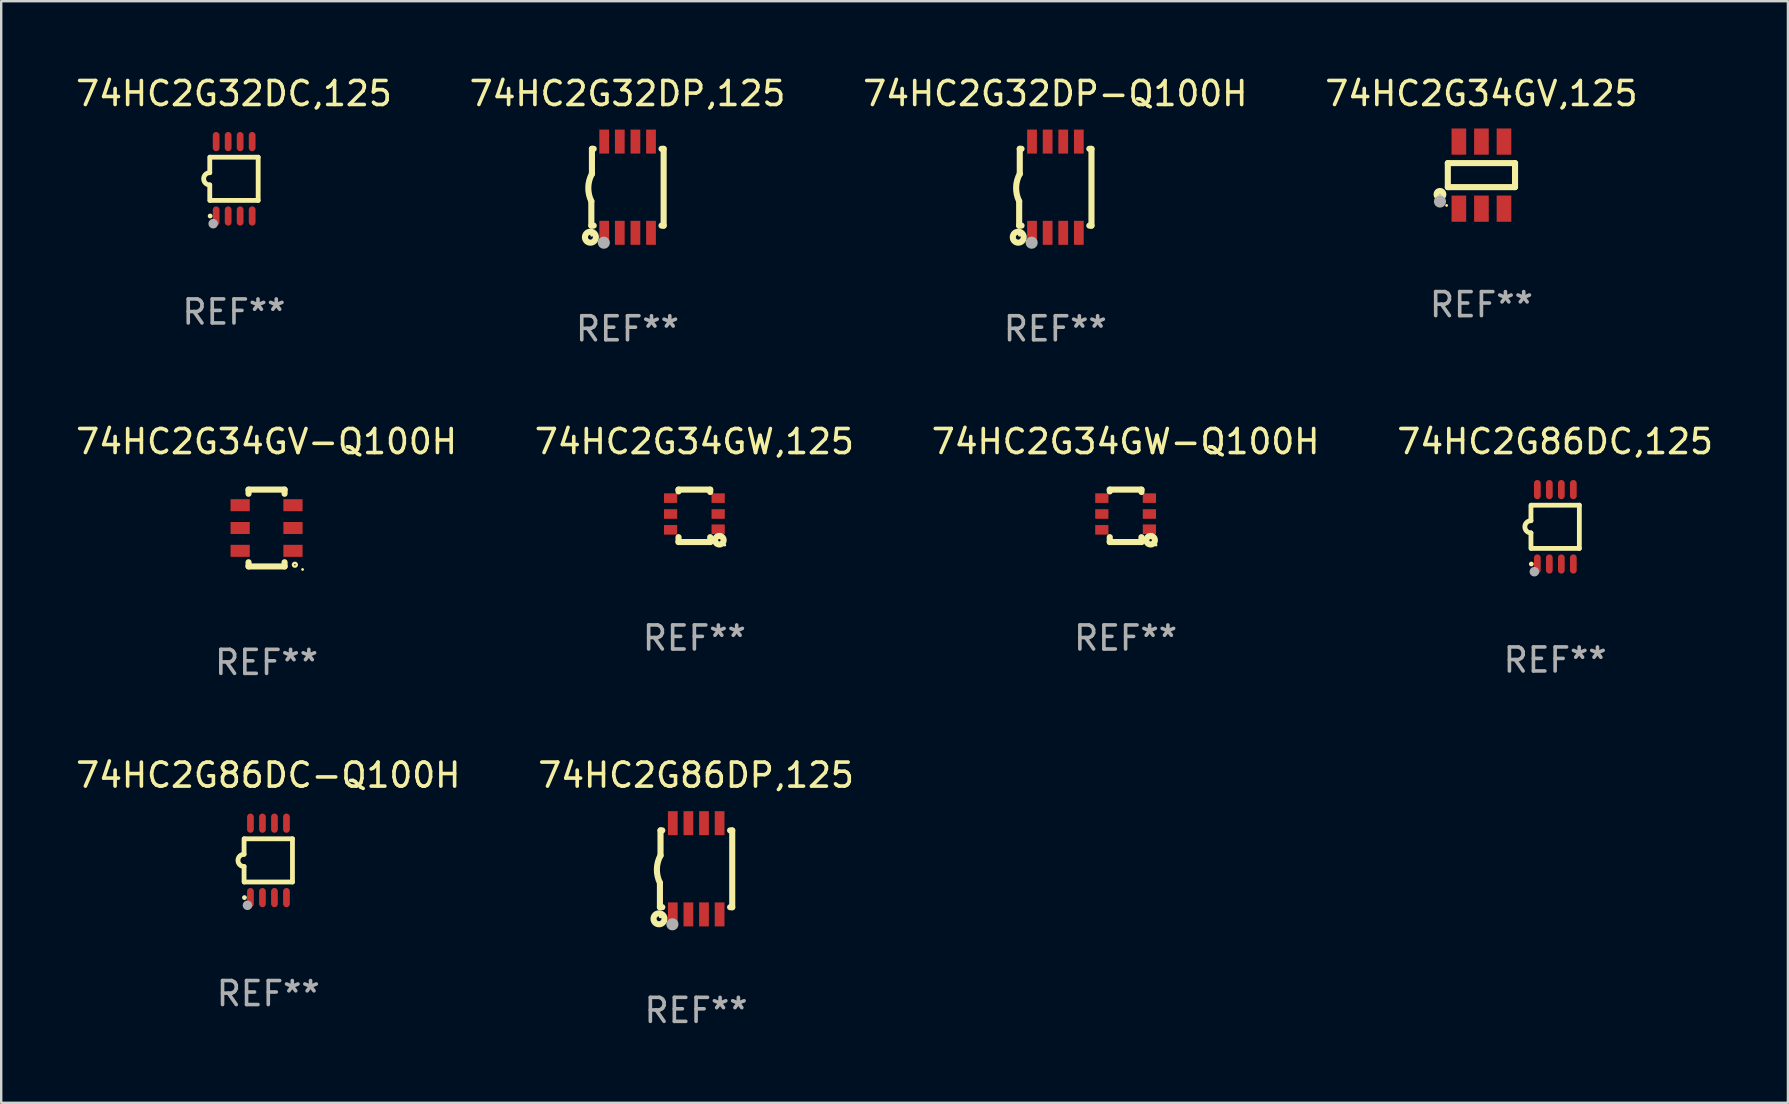
<source format=kicad_pcb>
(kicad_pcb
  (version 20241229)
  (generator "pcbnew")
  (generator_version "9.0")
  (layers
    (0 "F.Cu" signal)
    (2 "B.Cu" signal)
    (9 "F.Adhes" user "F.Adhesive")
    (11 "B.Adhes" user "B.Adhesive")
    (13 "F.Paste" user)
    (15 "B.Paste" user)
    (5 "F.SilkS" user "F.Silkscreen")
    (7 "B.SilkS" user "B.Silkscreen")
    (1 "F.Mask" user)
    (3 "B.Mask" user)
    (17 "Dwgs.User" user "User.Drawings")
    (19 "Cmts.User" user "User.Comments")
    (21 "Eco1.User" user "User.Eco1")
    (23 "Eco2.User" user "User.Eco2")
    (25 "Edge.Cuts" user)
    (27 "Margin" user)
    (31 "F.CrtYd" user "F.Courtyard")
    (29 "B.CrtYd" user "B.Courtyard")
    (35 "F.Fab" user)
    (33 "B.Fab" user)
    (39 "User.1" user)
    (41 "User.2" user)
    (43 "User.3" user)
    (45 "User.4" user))
  (footprint "74HC2G32DP-Q100H"
    (layer "F.Cu")
    (at 40.911 4.748)
    (property "Reference" "74HC2G32DP-Q100H" (at 0 -3.9 0) (layer "F.SilkS") (effects (font (size 1 1) (thickness 0.15))))
    (attr through_hole)
    (fp_line (start -1.506 1.6) (end -1.506 0.584) (stroke (width 0.254) (type solid)) (layer "F.SilkS"))
    (fp_line (start -1.506 1.6) (end -1.407 1.6) (stroke (width 0.254) (type solid)) (layer "F.SilkS"))
    (fp_line (start -1.481 -1.599) (end -1.481 -0.549) (stroke (width 0.254) (type solid)) (layer "F.SilkS"))
    (fp_line (start -1.481 -1.599) (end -1.407 -1.599) (stroke (width 0.254) (type solid)) (layer "F.SilkS"))
    (fp_line (start 1.417 -1.599) (end 1.506 -1.599) (stroke (width 0.254) (type solid)) (layer "F.SilkS"))
    (fp_line (start 1.417 1.6) (end 1.506 1.6) (stroke (width 0.254) (type solid)) (layer "F.SilkS"))
    (fp_line (start 1.506 1.603) (end 1.506 -1.595) (stroke (width 0.254) (type solid)) (layer "F.SilkS"))
    (fp_arc (start -1.506223 0.584328) (mid -1.632455 0.00974) (end -1.480823 -0.558674) (stroke (width 0.254001) (type solid)) (layer "F.SilkS"))
    (fp_circle (center -1.544 2.083) (end -1.443 2.083) (stroke (width 0.254) (type solid)) (fill no) (layer "F.SilkS"))
    (fp_circle (center -1.495 2) (end -1.465 2) (stroke (width 0.06) (type solid)) (fill no) (layer "F.SilkS"))
    (fp_circle (center -0.986 2.312) (end -0.859 2.312) (stroke (width 0.254) (type solid)) (fill no) (layer "F.Fab"))
    (fp_text user "REF**" (at 0 5.9 0) (layer "F.Fab") (effects (font (size 1 1) (thickness 0.15))))
    (pad "1" smd rect (at -0.97 1.9 90) (size 1 0.406) (layers "F.Cu" "F.Mask" "F.Paste"))
    (pad "2" smd rect (at -0.32 1.9 90) (size 1 0.406) (layers "F.Cu" "F.Mask" "F.Paste"))
    (pad "3" smd rect (at 0.33 1.9 90) (size 1 0.406) (layers "F.Cu" "F.Mask" "F.Paste"))
    (pad "4" smd rect (at 0.98 1.9 90) (size 1 0.406) (layers "F.Cu" "F.Mask" "F.Paste"))
    (pad "5" smd rect (at 0.98 -1.9 90) (size 1 0.406) (layers "F.Cu" "F.Mask" "F.Paste"))
    (pad "6" smd rect (at 0.33 -1.9 90) (size 1 0.406) (layers "F.Cu" "F.Mask" "F.Paste"))
    (pad "7" smd rect (at -0.32 -1.9 90) (size 1 0.406) (layers "F.Cu" "F.Mask" "F.Paste"))
    (pad "8" smd rect (at -0.97 -1.9 90) (size 1 0.406) (layers "F.Cu" "F.Mask" "F.Paste")))
  (footprint "74HC2G34GW,125"
    (layer "F.Cu")
    (at 25.875 18.437)
    (property "Reference" "74HC2G34GW,125" (at 0 -3.092 0) (layer "F.SilkS") (effects (font (size 1 1) (thickness 0.15))))
    (attr through_hole)
    (fp_line (start -0.66 -1.092) (end -0.66 -1.016) (stroke (width 0.254) (type solid)) (layer "F.SilkS"))
    (fp_line (start -0.66 1.092) (end -0.66 0.889) (stroke (width 0.254) (type solid)) (layer "F.SilkS"))
    (fp_line (start 0.66 -1.092) (end -0.66 -1.092) (stroke (width 0.254) (type solid)) (layer "F.SilkS"))
    (fp_line (start 0.66 -0.991) (end 0.66 -1.092) (stroke (width 0.254) (type solid)) (layer "F.SilkS"))
    (fp_line (start 0.66 0.889) (end 0.66 1.092) (stroke (width 0.254) (type solid)) (layer "F.SilkS"))
    (fp_line (start 0.66 1.092) (end -0.66 1.092) (stroke (width 0.254) (type solid)) (layer "F.SilkS"))
    (fp_circle (center 1.041 1.016) (end 1.092 1.016) (stroke (width 0.254) (type solid)) (fill no) (layer "F.SilkS"))
    (fp_circle (center 1.266 1.219) (end 1.296 1.219) (stroke (width 0.06) (type solid)) (fill no) (layer "F.SilkS"))
    (fp_text user "REF**" (at 0 5.092 0) (layer "F.Fab") (effects (font (size 1 1) (thickness 0.15))))
    (pad "1" smd rect (at 0.991 0.559 270) (size 0.399 0.551) (layers "F.Cu" "F.Mask" "F.Paste"))
    (pad "2" smd rect (at 0.991 -0.076 270) (size 0.399 0.551) (layers "F.Cu" "F.Mask" "F.Paste"))
    (pad "3" smd rect (at 0.991 -0.737 270) (size 0.399 0.551) (layers "F.Cu" "F.Mask" "F.Paste"))
    (pad "4" smd rect (at -0.991 -0.737 270) (size 0.399 0.551) (layers "F.Cu" "F.Mask" "F.Paste"))
    (pad "5" smd rect (at -0.991 -0.076 270) (size 0.399 0.551) (layers "F.Cu" "F.Mask" "F.Paste"))
    (pad "6" smd rect (at -0.991 0.584 270) (size 0.399 0.551) (layers "F.Cu" "F.Mask" "F.Paste")))
  (footprint "74HC2G34GV,125"
    (layer "F.Cu")
    (at 58.661 4.245)
    (property "Reference" "74HC2G34GV,125" (at 0 -3.397 0) (layer "F.SilkS") (effects (font (size 1 1) (thickness 0.15))))
    (attr through_hole)
    (fp_line (start -1.4 -0.501) (end -1.4 0.5) (stroke (width 0.254) (type solid)) (layer "F.SilkS"))
    (fp_line (start -1.4 0.5) (end 1.4 0.5) (stroke (width 0.254) (type solid)) (layer "F.SilkS"))
    (fp_line (start 1.4 -0.501) (end -1.4 -0.501) (stroke (width 0.254) (type solid)) (layer "F.SilkS"))
    (fp_line (start 1.4 0.5) (end 1.4 -0.501) (stroke (width 0.254) (type solid)) (layer "F.SilkS"))
    (fp_circle (center -1.727 0.8) (end -1.585 0.8) (stroke (width 0.254) (type solid)) (fill no) (layer "F.SilkS"))
    (fp_circle (center -1.45 1.263) (end -1.42 1.263) (stroke (width 0.06) (type solid)) (fill no) (layer "F.SilkS"))
    (fp_circle (center -1.727 1.1) (end -1.6 1.1) (stroke (width 0.254) (type solid)) (fill no) (layer "F.Fab"))
    (fp_text user "REF**" (at 0 5.397 0) (layer "F.Fab") (effects (font (size 1 1) (thickness 0.15))))
    (pad "1" smd rect (at -0.94 1.397 180) (size 0.61 1.092) (layers "F.Cu" "F.Mask" "F.Paste"))
    (pad "2" smd rect (at 0.000127 1.397 180) (size 0.61 1.092) (layers "F.Cu" "F.Mask" "F.Paste"))
    (pad "3" smd rect (at 0.94 1.397 180) (size 0.61 1.092) (layers "F.Cu" "F.Mask" "F.Paste"))
    (pad "4" smd rect (at 0.94 -1.397 180) (size 0.61 1.092) (layers "F.Cu" "F.Mask" "F.Paste"))
    (pad "5" smd rect (at 0.000127 -1.397 180) (size 0.61 1.092) (layers "F.Cu" "F.Mask" "F.Paste"))
    (pad "6" smd rect (at -0.94 -1.397 180) (size 0.61 1.092) (layers "F.Cu" "F.Mask" "F.Paste")))
  (footprint "74HC2G34GV-Q100H"
    (layer "F.Cu")
    (at 8.054 18.945)
    (property "Reference" "74HC2G34GV-Q100H" (at 0 -3.6 0) (layer "F.SilkS") (effects (font (size 1 1) (thickness 0.15))))
    (attr through_hole)
    (fp_line (start -0.75 -1.6) (end -0.75 -1.426) (stroke (width 0.254) (type solid)) (layer "F.SilkS"))
    (fp_line (start -0.75 -1.6) (end 0.75 -1.6) (stroke (width 0.254) (type solid)) (layer "F.SilkS"))
    (fp_line (start -0.75 1.426) (end -0.75 1.6) (stroke (width 0.254) (type solid)) (layer "F.SilkS"))
    (fp_line (start -0.75 1.6) (end 0.75 1.6) (stroke (width 0.254) (type solid)) (layer "F.SilkS"))
    (fp_line (start 0.75 -1.6) (end 0.75 -1.426) (stroke (width 0.254) (type solid)) (layer "F.SilkS"))
    (fp_line (start 0.75 1.426) (end 0.75 1.6) (stroke (width 0.254) (type solid)) (layer "F.SilkS"))
    (fp_circle (center 1.18 1.53) (end 1.26 1.53) (stroke (width 0.1) (type solid)) (fill no) (layer "F.SilkS"))
    (fp_circle (center 1.5 1.727) (end 1.53 1.727) (stroke (width 0.06) (type solid)) (fill no) (layer "F.SilkS"))
    (fp_text user "REF**" (at 0 5.6 0) (layer "F.Fab") (effects (font (size 1 1) (thickness 0.15))))
    (pad "1" smd rect (at 1.1 0.95 90) (size 0.5 0.8) (layers "F.Cu" "F.Mask" "F.Paste"))
    (pad "2" smd rect (at 1.1 0 90) (size 0.5 0.8) (layers "F.Cu" "F.Mask" "F.Paste"))
    (pad "3" smd rect (at 1.1 -0.95 90) (size 0.5 0.8) (layers "F.Cu" "F.Mask" "F.Paste"))
    (pad "4" smd rect (at -1.1 -0.95 90) (size 0.5 0.8) (layers "F.Cu" "F.Mask" "F.Paste"))
    (pad "5" smd rect (at -1.1 0 90) (size 0.5 0.8) (layers "F.Cu" "F.Mask" "F.Paste"))
    (pad "6" smd rect (at -1.1 0.95 90) (size 0.5 0.8) (layers "F.Cu" "F.Mask" "F.Paste")))
  (footprint "74HC2G32DC,125"
    (layer "F.Cu")
    (at 6.696 4.398)
    (property "Reference" "74HC2G32DC,125" (at 0 -3.55 0) (layer "F.SilkS") (effects (font (size 1 1) (thickness 0.15))))
    (attr through_hole)
    (fp_line (start -1.008 -0.254) (end -1.008 -0.9) (stroke (width 0.2) (type solid)) (layer "F.SilkS"))
    (fp_line (start -1.008 0.254) (end -1.008 0.9) (stroke (width 0.2) (type solid)) (layer "F.SilkS"))
    (fp_line (start -0.992 0.9) (end 1.008 0.9) (stroke (width 0.2) (type solid)) (layer "F.SilkS"))
    (fp_line (start 1.008 -0.9) (end -0.992 -0.9) (stroke (width 0.2) (type solid)) (layer "F.SilkS"))
    (fp_line (start 1.008 0.9) (end 1.008 -0.9) (stroke (width 0.2) (type solid)) (layer "F.SilkS"))
    (fp_arc (start -1.008001 0.254001) (mid -1.262002 0) (end -1.008001 -0.254001) (stroke (width 0.2) (type solid)) (layer "F.SilkS"))
    (fp_circle (center -0.992 1.55) (end -0.942 1.55) (stroke (width 0.1) (type solid)) (fill no) (layer "F.SilkS"))
    (fp_circle (center -0.866 1.87) (end -0.766 1.87) (stroke (width 0.2) (type solid)) (fill no) (layer "F.Fab"))
    (fp_text user "REF**" (at 0 5.55 0) (layer "F.Fab") (effects (font (size 1 1) (thickness 0.15))))
    (pad "1" smd oval (at -0.742 1.55 270) (size 0.8 0.28) (layers "F.Cu" "F.Mask" "F.Paste"))
    (pad "2" smd oval (at -0.242 1.55 270) (size 0.8 0.28) (layers "F.Cu" "F.Mask" "F.Paste"))
    (pad "3" smd oval (at 0.258 1.55 270) (size 0.8 0.28) (layers "F.Cu" "F.Mask" "F.Paste"))
    (pad "4" smd oval (at 0.758 1.55 270) (size 0.8 0.28) (layers "F.Cu" "F.Mask" "F.Paste"))
    (pad "5" smd oval (at 0.758 -1.55 270) (size 0.8 0.28) (layers "F.Cu" "F.Mask" "F.Paste"))
    (pad "6" smd oval (at 0.258 -1.55 270) (size 0.8 0.28) (layers "F.Cu" "F.Mask" "F.Paste"))
    (pad "7" smd oval (at -0.242 -1.55 270) (size 0.8 0.28) (layers "F.Cu" "F.Mask" "F.Paste"))
    (pad "8" smd oval (at -0.742 -1.55 270) (size 0.8 0.28) (layers "F.Cu" "F.Mask" "F.Paste")))
  (footprint "74HC2G86DC,125"
    (layer "F.Cu")
    (at 61.732 18.895)
    (property "Reference" "74HC2G86DC,125" (at 0 -3.55 0) (layer "F.SilkS") (effects (font (size 1 1) (thickness 0.15))))
    (attr through_hole)
    (fp_line (start -1.008 -0.254) (end -1.008 -0.9) (stroke (width 0.2) (type solid)) (layer "F.SilkS"))
    (fp_line (start -1.008 0.254) (end -1.008 0.9) (stroke (width 0.2) (type solid)) (layer "F.SilkS"))
    (fp_line (start -0.992 0.9) (end 1.008 0.9) (stroke (width 0.2) (type solid)) (layer "F.SilkS"))
    (fp_line (start 1.008 -0.9) (end -0.992 -0.9) (stroke (width 0.2) (type solid)) (layer "F.SilkS"))
    (fp_line (start 1.008 0.9) (end 1.008 -0.9) (stroke (width 0.2) (type solid)) (layer "F.SilkS"))
    (fp_arc (start -1.008001 0.254001) (mid -1.262002 0) (end -1.008001 -0.254001) (stroke (width 0.2) (type solid)) (layer "F.SilkS"))
    (fp_circle (center -0.992 1.55) (end -0.942 1.55) (stroke (width 0.1) (type solid)) (fill no) (layer "F.SilkS"))
    (fp_circle (center -0.866 1.87) (end -0.766 1.87) (stroke (width 0.2) (type solid)) (fill no) (layer "F.Fab"))
    (fp_text user "REF**" (at 0 5.55 0) (layer "F.Fab") (effects (font (size 1 1) (thickness 0.15))))
    (pad "1" smd oval (at -0.742 1.55 270) (size 0.8 0.28) (layers "F.Cu" "F.Mask" "F.Paste"))
    (pad "2" smd oval (at -0.242 1.55 270) (size 0.8 0.28) (layers "F.Cu" "F.Mask" "F.Paste"))
    (pad "3" smd oval (at 0.258 1.55 270) (size 0.8 0.28) (layers "F.Cu" "F.Mask" "F.Paste"))
    (pad "4" smd oval (at 0.758 1.55 270) (size 0.8 0.28) (layers "F.Cu" "F.Mask" "F.Paste"))
    (pad "5" smd oval (at 0.758 -1.55 270) (size 0.8 0.28) (layers "F.Cu" "F.Mask" "F.Paste"))
    (pad "6" smd oval (at 0.258 -1.55 270) (size 0.8 0.28) (layers "F.Cu" "F.Mask" "F.Paste"))
    (pad "7" smd oval (at -0.242 -1.55 270) (size 0.8 0.28) (layers "F.Cu" "F.Mask" "F.Paste"))
    (pad "8" smd oval (at -0.742 -1.55 270) (size 0.8 0.28) (layers "F.Cu" "F.Mask" "F.Paste")))
  (footprint "74HC2G34GW-Q100H"
    (layer "F.Cu")
    (at 43.839 18.437)
    (property "Reference" "74HC2G34GW-Q100H" (at 0 -3.092 0) (layer "F.SilkS") (effects (font (size 1 1) (thickness 0.15))))
    (attr through_hole)
    (fp_line (start -0.66 -1.092) (end -0.66 -1.016) (stroke (width 0.254) (type solid)) (layer "F.SilkS"))
    (fp_line (start -0.66 1.092) (end -0.66 0.889) (stroke (width 0.254) (type solid)) (layer "F.SilkS"))
    (fp_line (start 0.66 -1.092) (end -0.66 -1.092) (stroke (width 0.254) (type solid)) (layer "F.SilkS"))
    (fp_line (start 0.66 -0.991) (end 0.66 -1.092) (stroke (width 0.254) (type solid)) (layer "F.SilkS"))
    (fp_line (start 0.66 0.889) (end 0.66 1.092) (stroke (width 0.254) (type solid)) (layer "F.SilkS"))
    (fp_line (start 0.66 1.092) (end -0.66 1.092) (stroke (width 0.254) (type solid)) (layer "F.SilkS"))
    (fp_circle (center 1.041 1.016) (end 1.092 1.016) (stroke (width 0.254) (type solid)) (fill no) (layer "F.SilkS"))
    (fp_circle (center 1.266 1.219) (end 1.296 1.219) (stroke (width 0.06) (type solid)) (fill no) (layer "F.SilkS"))
    (fp_text user "REF**" (at 0 5.092 0) (layer "F.Fab") (effects (font (size 1 1) (thickness 0.15))))
    (pad "1" smd rect (at 0.991 0.559 270) (size 0.399 0.551) (layers "F.Cu" "F.Mask" "F.Paste"))
    (pad "2" smd rect (at 0.991 -0.076 270) (size 0.399 0.551) (layers "F.Cu" "F.Mask" "F.Paste"))
    (pad "3" smd rect (at 0.991 -0.737 270) (size 0.399 0.551) (layers "F.Cu" "F.Mask" "F.Paste"))
    (pad "4" smd rect (at -0.991 -0.737 270) (size 0.399 0.551) (layers "F.Cu" "F.Mask" "F.Paste"))
    (pad "5" smd rect (at -0.991 -0.076 270) (size 0.399 0.551) (layers "F.Cu" "F.Mask" "F.Paste"))
    (pad "6" smd rect (at -0.991 0.584 270) (size 0.399 0.551) (layers "F.Cu" "F.Mask" "F.Paste")))
  (footprint "74HC2G86DC-Q100H"
    (layer "F.Cu")
    (at 8.125 32.791)
    (property "Reference" "74HC2G86DC-Q100H" (at 0 -3.55 0) (layer "F.SilkS") (effects (font (size 1 1) (thickness 0.15))))
    (attr through_hole)
    (fp_line (start -1.008 -0.254) (end -1.008 -0.9) (stroke (width 0.2) (type solid)) (layer "F.SilkS"))
    (fp_line (start -1.008 0.254) (end -1.008 0.9) (stroke (width 0.2) (type solid)) (layer "F.SilkS"))
    (fp_line (start -0.992 0.9) (end 1.008 0.9) (stroke (width 0.2) (type solid)) (layer "F.SilkS"))
    (fp_line (start 1.008 -0.9) (end -0.992 -0.9) (stroke (width 0.2) (type solid)) (layer "F.SilkS"))
    (fp_line (start 1.008 0.9) (end 1.008 -0.9) (stroke (width 0.2) (type solid)) (layer "F.SilkS"))
    (fp_arc (start -1.008001 0.254001) (mid -1.262002 0) (end -1.008001 -0.254001) (stroke (width 0.2) (type solid)) (layer "F.SilkS"))
    (fp_circle (center -0.992 1.55) (end -0.942 1.55) (stroke (width 0.1) (type solid)) (fill no) (layer "F.SilkS"))
    (fp_circle (center -0.866 1.87) (end -0.766 1.87) (stroke (width 0.2) (type solid)) (fill no) (layer "F.Fab"))
    (fp_text user "REF**" (at 0 5.55 0) (layer "F.Fab") (effects (font (size 1 1) (thickness 0.15))))
    (pad "1" smd oval (at -0.742 1.55 270) (size 0.8 0.28) (layers "F.Cu" "F.Mask" "F.Paste"))
    (pad "2" smd oval (at -0.242 1.55 270) (size 0.8 0.28) (layers "F.Cu" "F.Mask" "F.Paste"))
    (pad "3" smd oval (at 0.258 1.55 270) (size 0.8 0.28) (layers "F.Cu" "F.Mask" "F.Paste"))
    (pad "4" smd oval (at 0.758 1.55 270) (size 0.8 0.28) (layers "F.Cu" "F.Mask" "F.Paste"))
    (pad "5" smd oval (at 0.758 -1.55 270) (size 0.8 0.28) (layers "F.Cu" "F.Mask" "F.Paste"))
    (pad "6" smd oval (at 0.258 -1.55 270) (size 0.8 0.28) (layers "F.Cu" "F.Mask" "F.Paste"))
    (pad "7" smd oval (at -0.242 -1.55 270) (size 0.8 0.28) (layers "F.Cu" "F.Mask" "F.Paste"))
    (pad "8" smd oval (at -0.742 -1.55 270) (size 0.8 0.28) (layers "F.Cu" "F.Mask" "F.Paste")))
  (footprint "74HC2G32DP,125"
    (layer "F.Cu")
    (at 23.089 4.748)
    (property "Reference" "74HC2G32DP,125" (at 0 -3.9 0) (layer "F.SilkS") (effects (font (size 1 1) (thickness 0.15))))
    (attr through_hole)
    (fp_line (start -1.506 1.6) (end -1.506 0.584) (stroke (width 0.254) (type solid)) (layer "F.SilkS"))
    (fp_line (start -1.506 1.6) (end -1.407 1.6) (stroke (width 0.254) (type solid)) (layer "F.SilkS"))
    (fp_line (start -1.481 -1.599) (end -1.481 -0.549) (stroke (width 0.254) (type solid)) (layer "F.SilkS"))
    (fp_line (start -1.481 -1.599) (end -1.407 -1.599) (stroke (width 0.254) (type solid)) (layer "F.SilkS"))
    (fp_line (start 1.417 -1.599) (end 1.506 -1.599) (stroke (width 0.254) (type solid)) (layer "F.SilkS"))
    (fp_line (start 1.417 1.6) (end 1.506 1.6) (stroke (width 0.254) (type solid)) (layer "F.SilkS"))
    (fp_line (start 1.506 1.603) (end 1.506 -1.595) (stroke (width 0.254) (type solid)) (layer "F.SilkS"))
    (fp_arc (start -1.506223 0.584328) (mid -1.632455 0.00974) (end -1.480823 -0.558674) (stroke (width 0.254001) (type solid)) (layer "F.SilkS"))
    (fp_circle (center -1.544 2.083) (end -1.443 2.083) (stroke (width 0.254) (type solid)) (fill no) (layer "F.SilkS"))
    (fp_circle (center -1.495 2) (end -1.465 2) (stroke (width 0.06) (type solid)) (fill no) (layer "F.SilkS"))
    (fp_circle (center -0.986 2.312) (end -0.859 2.312) (stroke (width 0.254) (type solid)) (fill no) (layer "F.Fab"))
    (fp_text user "REF**" (at 0 5.9 0) (layer "F.Fab") (effects (font (size 1 1) (thickness 0.15))))
    (pad "1" smd rect (at -0.97 1.9 90) (size 1 0.406) (layers "F.Cu" "F.Mask" "F.Paste"))
    (pad "2" smd rect (at -0.32 1.9 90) (size 1 0.406) (layers "F.Cu" "F.Mask" "F.Paste"))
    (pad "3" smd rect (at 0.33 1.9 90) (size 1 0.406) (layers "F.Cu" "F.Mask" "F.Paste"))
    (pad "4" smd rect (at 0.98 1.9 90) (size 1 0.406) (layers "F.Cu" "F.Mask" "F.Paste"))
    (pad "5" smd rect (at 0.98 -1.9 90) (size 1 0.406) (layers "F.Cu" "F.Mask" "F.Paste"))
    (pad "6" smd rect (at 0.33 -1.9 90) (size 1 0.406) (layers "F.Cu" "F.Mask" "F.Paste"))
    (pad "7" smd rect (at -0.32 -1.9 90) (size 1 0.406) (layers "F.Cu" "F.Mask" "F.Paste"))
    (pad "8" smd rect (at -0.97 -1.9 90) (size 1 0.406) (layers "F.Cu" "F.Mask" "F.Paste")))
  (footprint "74HC2G86DP,125"
    (layer "F.Cu")
    (at 25.946 33.141)
    (property "Reference" "74HC2G86DP,125" (at 0 -3.9 0) (layer "F.SilkS") (effects (font (size 1 1) (thickness 0.15))))
    (attr through_hole)
    (fp_line (start -1.506 1.6) (end -1.506 0.584) (stroke (width 0.254) (type solid)) (layer "F.SilkS"))
    (fp_line (start -1.506 1.6) (end -1.407 1.6) (stroke (width 0.254) (type solid)) (layer "F.SilkS"))
    (fp_line (start -1.481 -1.599) (end -1.481 -0.549) (stroke (width 0.254) (type solid)) (layer "F.SilkS"))
    (fp_line (start -1.481 -1.599) (end -1.407 -1.599) (stroke (width 0.254) (type solid)) (layer "F.SilkS"))
    (fp_line (start 1.417 -1.599) (end 1.506 -1.599) (stroke (width 0.254) (type solid)) (layer "F.SilkS"))
    (fp_line (start 1.417 1.6) (end 1.506 1.6) (stroke (width 0.254) (type solid)) (layer "F.SilkS"))
    (fp_line (start 1.506 1.603) (end 1.506 -1.595) (stroke (width 0.254) (type solid)) (layer "F.SilkS"))
    (fp_arc (start -1.506223 0.584328) (mid -1.632455 0.00974) (end -1.480823 -0.558674) (stroke (width 0.254001) (type solid)) (layer "F.SilkS"))
    (fp_circle (center -1.544 2.083) (end -1.443 2.083) (stroke (width 0.254) (type solid)) (fill no) (layer "F.SilkS"))
    (fp_circle (center -1.495 2) (end -1.465 2) (stroke (width 0.06) (type solid)) (fill no) (layer "F.SilkS"))
    (fp_circle (center -0.986 2.312) (end -0.859 2.312) (stroke (width 0.254) (type solid)) (fill no) (layer "F.Fab"))
    (fp_text user "REF**" (at 0 5.9 0) (layer "F.Fab") (effects (font (size 1 1) (thickness 0.15))))
    (pad "1" smd rect (at -0.97 1.9 90) (size 1 0.406) (layers "F.Cu" "F.Mask" "F.Paste"))
    (pad "2" smd rect (at -0.32 1.9 90) (size 1 0.406) (layers "F.Cu" "F.Mask" "F.Paste"))
    (pad "3" smd rect (at 0.33 1.9 90) (size 1 0.406) (layers "F.Cu" "F.Mask" "F.Paste"))
    (pad "4" smd rect (at 0.98 1.9 90) (size 1 0.406) (layers "F.Cu" "F.Mask" "F.Paste"))
    (pad "5" smd rect (at 0.98 -1.9 90) (size 1 0.406) (layers "F.Cu" "F.Mask" "F.Paste"))
    (pad "6" smd rect (at 0.33 -1.9 90) (size 1 0.406) (layers "F.Cu" "F.Mask" "F.Paste"))
    (pad "7" smd rect (at -0.32 -1.9 90) (size 1 0.406) (layers "F.Cu" "F.Mask" "F.Paste"))
    (pad "8" smd rect (at -0.97 -1.9 90) (size 1 0.406) (layers "F.Cu" "F.Mask" "F.Paste")))
  (gr_rect
    (start -3 -3)
    (end 71.429 42.89)
    (stroke (width 0.1) (type default))
    (fill no)
    (layer "Edge.Cuts")))
</source>
